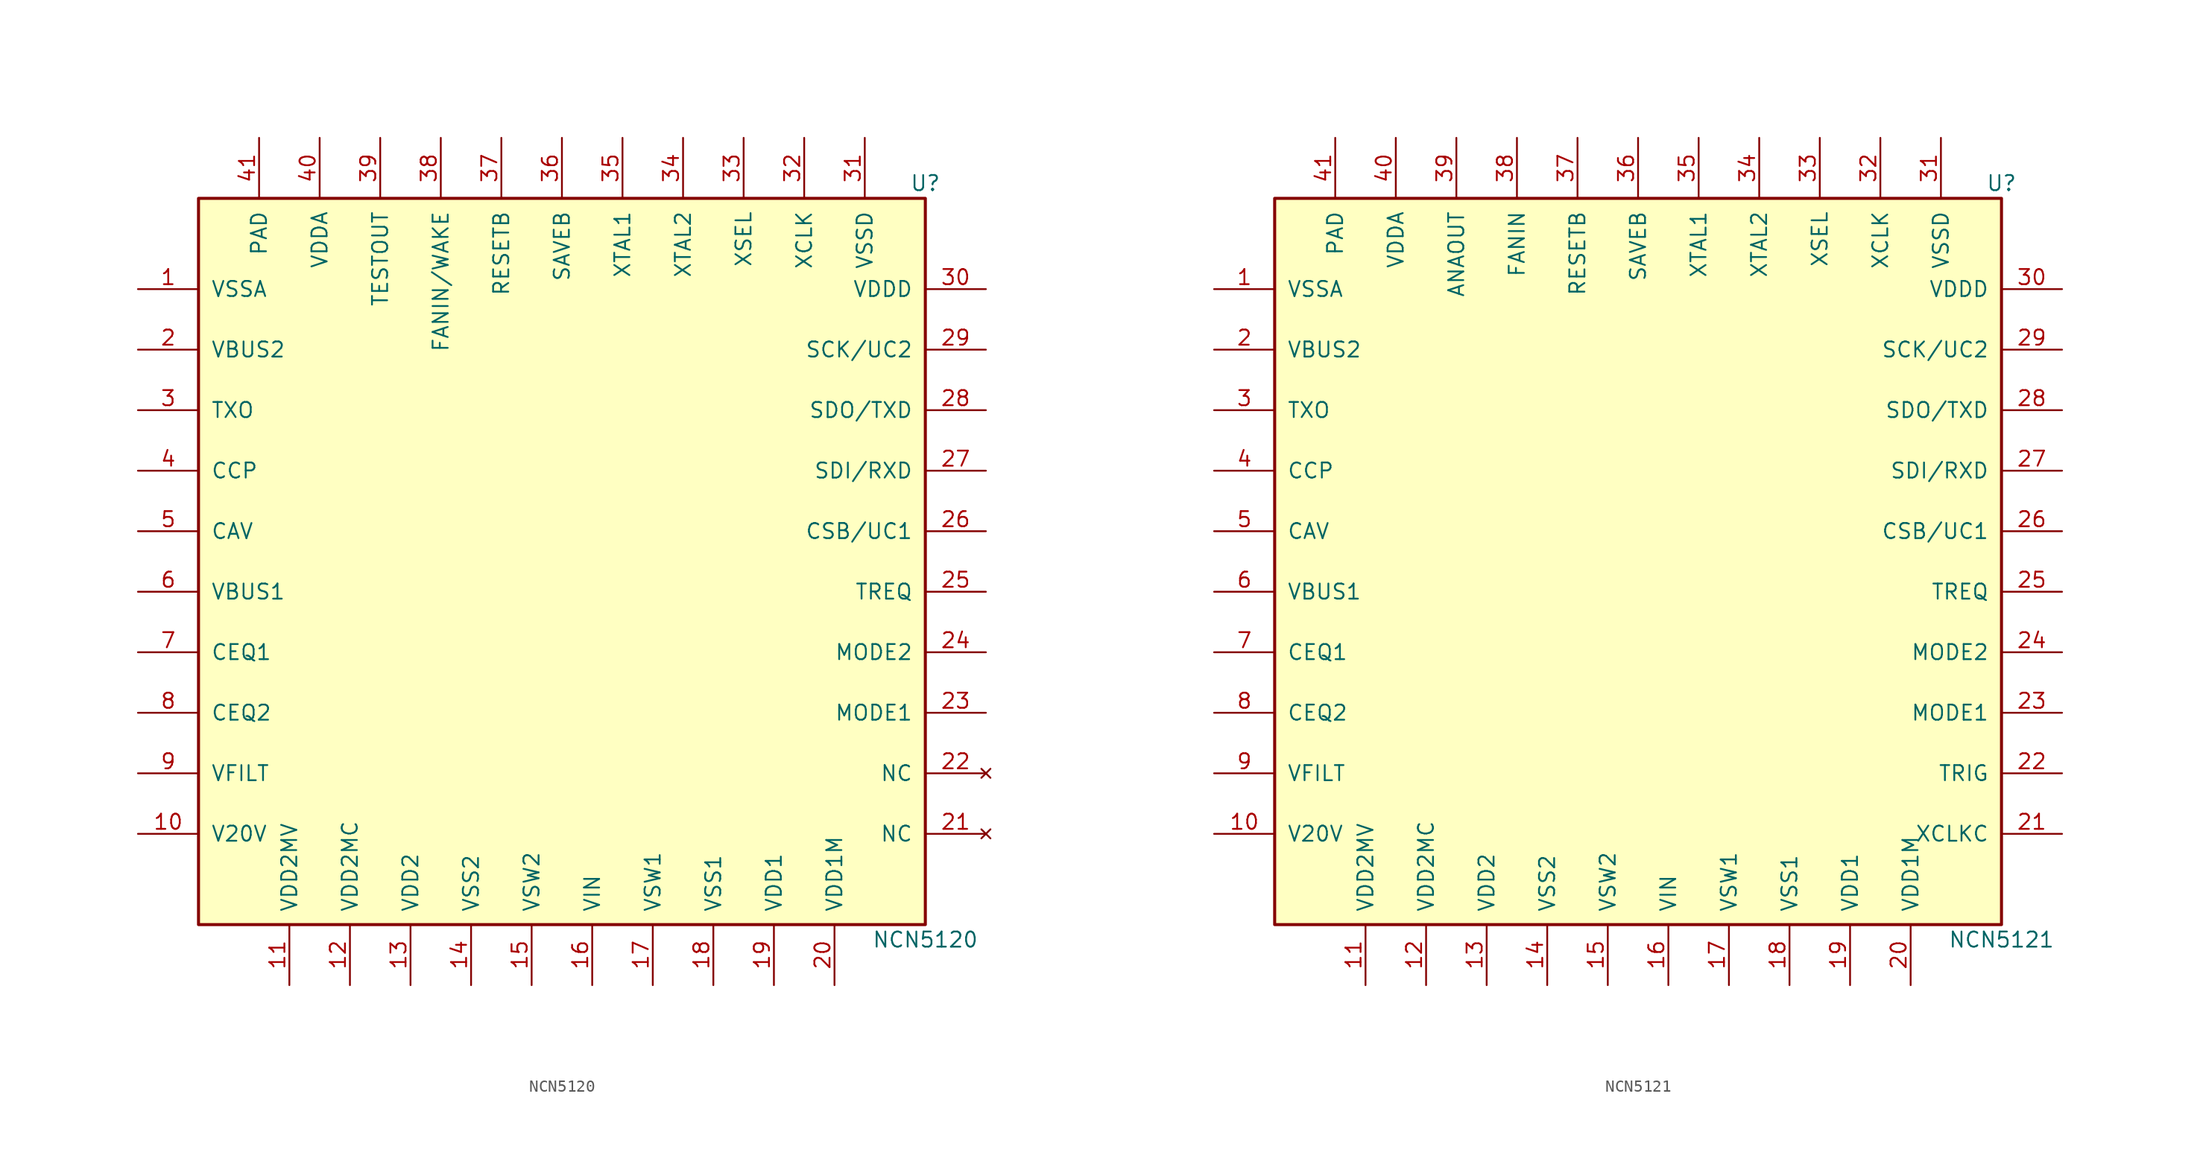
<source format=kicad_sym>
(kicad_symbol_lib
  (version 20211014)
  (generator kicad_symbol_editor)
  (symbol "NCN5120"
    (pin_names
      (offset 1.016))
    (property "Reference" "U"
      (at 30.48 31.75 0)
      (effects (font (size 1.27 1.27))))
    (property "Value" "NCN5120"
      (at 30.48 -31.75 0)
      (effects (font (size 1.27 1.27))))
    (symbol "NCN5120_0_1"
      (rectangle (start -30.48 30.48) (end 30.48 -30.48) (stroke (width 0.254) (type default) (color 0 0 0 0)) (fill (type background))))
    (symbol "NCN5120_1_1"
      (pin power_in line (at -35.56 22.86 0) (length 5.08) (name "VSSA" (effects (font (size 1.27 1.27)))) (number "1" (effects (font (size 1.27 1.27)))))
      (pin power_out line (at -35.56 -22.86 0) (length 5.08) (name "V20V" (effects (font (size 1.27 1.27)))) (number "10" (effects (font (size 1.27 1.27)))))
      (pin passive line (at -22.86 -35.56 90) (length 5.08) (name "VDD2MV" (effects (font (size 1.27 1.27)))) (number "11" (effects (font (size 1.27 1.27)))))
      (pin passive line (at -17.78 -35.56 90) (length 5.08) (name "VDD2MC" (effects (font (size 1.27 1.27)))) (number "12" (effects (font (size 1.27 1.27)))))
      (pin power_out line (at -12.7 -35.56 90) (length 5.08) (name "VDD2" (effects (font (size 1.27 1.27)))) (number "13" (effects (font (size 1.27 1.27)))))
      (pin power_in line (at -7.62 -35.56 90) (length 5.08) (name "VSS2" (effects (font (size 1.27 1.27)))) (number "14" (effects (font (size 1.27 1.27)))))
      (pin passive line (at -2.54 -35.56 90) (length 5.08) (name "VSW2" (effects (font (size 1.27 1.27)))) (number "15" (effects (font (size 1.27 1.27)))))
      (pin power_in line (at 2.54 -35.56 90) (length 5.08) (name "VIN" (effects (font (size 1.27 1.27)))) (number "16" (effects (font (size 1.27 1.27)))))
      (pin passive line (at 7.62 -35.56 90) (length 5.08) (name "VSW1" (effects (font (size 1.27 1.27)))) (number "17" (effects (font (size 1.27 1.27)))))
      (pin power_in line (at 12.7 -35.56 90) (length 5.08) (name "VSS1" (effects (font (size 1.27 1.27)))) (number "18" (effects (font (size 1.27 1.27)))))
      (pin power_out line (at 17.78 -35.56 90) (length 5.08) (name "VDD1" (effects (font (size 1.27 1.27)))) (number "19" (effects (font (size 1.27 1.27)))))
      (pin power_in line (at -35.56 17.78 0) (length 5.08) (name "VBUS2" (effects (font (size 1.27 1.27)))) (number "2" (effects (font (size 1.27 1.27)))))
      (pin passive line (at 22.86 -35.56 90) (length 5.08) (name "VDD1M" (effects (font (size 1.27 1.27)))) (number "20" (effects (font (size 1.27 1.27)))))
      (pin no_connect line (at 35.56 -22.86 180) (length 5.08) (name "NC" (effects (font (size 1.27 1.27)))) (number "21" (effects (font (size 1.27 1.27)))))
      (pin no_connect line (at 35.56 -17.78 180) (length 5.08) (name "NC" (effects (font (size 1.27 1.27)))) (number "22" (effects (font (size 1.27 1.27)))))
      (pin input line (at 35.56 -12.7 180) (length 5.08) (name "MODE1" (effects (font (size 1.27 1.27)))) (number "23" (effects (font (size 1.27 1.27)))))
      (pin input line (at 35.56 -7.62 180) (length 5.08) (name "MODE2" (effects (font (size 1.27 1.27)))) (number "24" (effects (font (size 1.27 1.27)))))
      (pin input line (at 35.56 -2.54 180) (length 5.08) (name "TREQ" (effects (font (size 1.27 1.27)))) (number "25" (effects (font (size 1.27 1.27)))))
      (pin bidirectional line (at 35.56 2.54 180) (length 5.08) (name "CSB/UC1" (effects (font (size 1.27 1.27)))) (number "26" (effects (font (size 1.27 1.27)))))
      (pin input line (at 35.56 7.62 180) (length 5.08) (name "SDI/RXD" (effects (font (size 1.27 1.27)))) (number "27" (effects (font (size 1.27 1.27)))))
      (pin output line (at 35.56 12.7 180) (length 5.08) (name "SDO/TXD" (effects (font (size 1.27 1.27)))) (number "28" (effects (font (size 1.27 1.27)))))
      (pin bidirectional line (at 35.56 17.78 180) (length 5.08) (name "SCK/UC2" (effects (font (size 1.27 1.27)))) (number "29" (effects (font (size 1.27 1.27)))))
      (pin input line (at -35.56 12.7 0) (length 5.08) (name "TXO" (effects (font (size 1.27 1.27)))) (number "3" (effects (font (size 1.27 1.27)))))
      (pin power_in line (at 35.56 22.86 180) (length 5.08) (name "VDDD" (effects (font (size 1.27 1.27)))) (number "30" (effects (font (size 1.27 1.27)))))
      (pin power_in line (at 25.4 35.56 270) (length 5.08) (name "VSSD" (effects (font (size 1.27 1.27)))) (number "31" (effects (font (size 1.27 1.27)))))
      (pin output line (at 20.32 35.56 270) (length 5.08) (name "XCLK" (effects (font (size 1.27 1.27)))) (number "32" (effects (font (size 1.27 1.27)))))
      (pin input line (at 15.24 35.56 270) (length 5.08) (name "XSEL" (effects (font (size 1.27 1.27)))) (number "33" (effects (font (size 1.27 1.27)))))
      (pin passive line (at 10.16 35.56 270) (length 5.08) (name "XTAL2" (effects (font (size 1.27 1.27)))) (number "34" (effects (font (size 1.27 1.27)))))
      (pin passive line (at 5.08 35.56 270) (length 5.08) (name "XTAL1" (effects (font (size 1.27 1.27)))) (number "35" (effects (font (size 1.27 1.27)))))
      (pin output line (at 0 35.56 270) (length 5.08) (name "SAVEB" (effects (font (size 1.27 1.27)))) (number "36" (effects (font (size 1.27 1.27)))))
      (pin output line (at -5.08 35.56 270) (length 5.08) (name "RESETB" (effects (font (size 1.27 1.27)))) (number "37" (effects (font (size 1.27 1.27)))))
      (pin input line (at -10.16 35.56 270) (length 5.08) (name "FANIN/WAKE" (effects (font (size 1.27 1.27)))) (number "38" (effects (font (size 1.27 1.27)))))
      (pin passive line (at -15.24 35.56 270) (length 5.08) (name "TESTOUT" (effects (font (size 1.27 1.27)))) (number "39" (effects (font (size 1.27 1.27)))))
      (pin passive line (at -35.56 7.62 0) (length 5.08) (name "CCP" (effects (font (size 1.27 1.27)))) (number "4" (effects (font (size 1.27 1.27)))))
      (pin power_in line (at -20.32 35.56 270) (length 5.08) (name "VDDA" (effects (font (size 1.27 1.27)))) (number "40" (effects (font (size 1.27 1.27)))))
      (pin power_in line (at -25.4 35.56 270) (length 5.08) (name "PAD" (effects (font (size 1.27 1.27)))) (number "41" (effects (font (size 1.27 1.27)))))
      (pin passive line (at -35.56 2.54 0) (length 5.08) (name "CAV" (effects (font (size 1.27 1.27)))) (number "5" (effects (font (size 1.27 1.27)))))
      (pin power_in line (at -35.56 -2.54 0) (length 5.08) (name "VBUS1" (effects (font (size 1.27 1.27)))) (number "6" (effects (font (size 1.27 1.27)))))
      (pin passive line (at -35.56 -7.62 0) (length 5.08) (name "CEQ1" (effects (font (size 1.27 1.27)))) (number "7" (effects (font (size 1.27 1.27)))))
      (pin passive line (at -35.56 -12.7 0) (length 5.08) (name "CEQ2" (effects (font (size 1.27 1.27)))) (number "8" (effects (font (size 1.27 1.27)))))
      (pin power_out line (at -35.56 -17.78 0) (length 5.08) (name "VFILT" (effects (font (size 1.27 1.27)))) (number "9" (effects (font (size 1.27 1.27)))))))
  (symbol "NCN5121"
    (pin_names
      (offset 1.016))
    (property "Reference" "U"
      (at 30.48 31.75 0)
      (effects (font (size 1.27 1.27))))
    (property "Value" "NCN5121"
      (at 30.48 -31.75 0)
      (effects (font (size 1.27 1.27))))
    (symbol "NCN5121_0_1"
      (rectangle (start -30.48 30.48) (end 30.48 -30.48) (stroke (width 0.254) (type default) (color 0 0 0 0)) (fill (type background))))
    (symbol "NCN5121_1_1"
      (pin power_in line (at -35.56 22.86 0) (length 5.08) (name "VSSA" (effects (font (size 1.27 1.27)))) (number "1" (effects (font (size 1.27 1.27)))))
      (pin power_out line (at -35.56 -22.86 0) (length 5.08) (name "V20V" (effects (font (size 1.27 1.27)))) (number "10" (effects (font (size 1.27 1.27)))))
      (pin passive line (at -22.86 -35.56 90) (length 5.08) (name "VDD2MV" (effects (font (size 1.27 1.27)))) (number "11" (effects (font (size 1.27 1.27)))))
      (pin passive line (at -17.78 -35.56 90) (length 5.08) (name "VDD2MC" (effects (font (size 1.27 1.27)))) (number "12" (effects (font (size 1.27 1.27)))))
      (pin power_out line (at -12.7 -35.56 90) (length 5.08) (name "VDD2" (effects (font (size 1.27 1.27)))) (number "13" (effects (font (size 1.27 1.27)))))
      (pin power_in line (at -7.62 -35.56 90) (length 5.08) (name "VSS2" (effects (font (size 1.27 1.27)))) (number "14" (effects (font (size 1.27 1.27)))))
      (pin passive line (at -2.54 -35.56 90) (length 5.08) (name "VSW2" (effects (font (size 1.27 1.27)))) (number "15" (effects (font (size 1.27 1.27)))))
      (pin power_in line (at 2.54 -35.56 90) (length 5.08) (name "VIN" (effects (font (size 1.27 1.27)))) (number "16" (effects (font (size 1.27 1.27)))))
      (pin passive line (at 7.62 -35.56 90) (length 5.08) (name "VSW1" (effects (font (size 1.27 1.27)))) (number "17" (effects (font (size 1.27 1.27)))))
      (pin power_in line (at 12.7 -35.56 90) (length 5.08) (name "VSS1" (effects (font (size 1.27 1.27)))) (number "18" (effects (font (size 1.27 1.27)))))
      (pin power_out line (at 17.78 -35.56 90) (length 5.08) (name "VDD1" (effects (font (size 1.27 1.27)))) (number "19" (effects (font (size 1.27 1.27)))))
      (pin power_in line (at -35.56 17.78 0) (length 5.08) (name "VBUS2" (effects (font (size 1.27 1.27)))) (number "2" (effects (font (size 1.27 1.27)))))
      (pin passive line (at 22.86 -35.56 90) (length 5.08) (name "VDD1M" (effects (font (size 1.27 1.27)))) (number "20" (effects (font (size 1.27 1.27)))))
      (pin input line (at 35.56 -22.86 180) (length 5.08) (name "XCLKC" (effects (font (size 1.27 1.27)))) (number "21" (effects (font (size 1.27 1.27)))))
      (pin output line (at 35.56 -17.78 180) (length 5.08) (name "TRIG" (effects (font (size 1.27 1.27)))) (number "22" (effects (font (size 1.27 1.27)))))
      (pin input line (at 35.56 -12.7 180) (length 5.08) (name "MODE1" (effects (font (size 1.27 1.27)))) (number "23" (effects (font (size 1.27 1.27)))))
      (pin input line (at 35.56 -7.62 180) (length 5.08) (name "MODE2" (effects (font (size 1.27 1.27)))) (number "24" (effects (font (size 1.27 1.27)))))
      (pin input line (at 35.56 -2.54 180) (length 5.08) (name "TREQ" (effects (font (size 1.27 1.27)))) (number "25" (effects (font (size 1.27 1.27)))))
      (pin bidirectional line (at 35.56 2.54 180) (length 5.08) (name "CSB/UC1" (effects (font (size 1.27 1.27)))) (number "26" (effects (font (size 1.27 1.27)))))
      (pin input line (at 35.56 7.62 180) (length 5.08) (name "SDI/RXD" (effects (font (size 1.27 1.27)))) (number "27" (effects (font (size 1.27 1.27)))))
      (pin output line (at 35.56 12.7 180) (length 5.08) (name "SDO/TXD" (effects (font (size 1.27 1.27)))) (number "28" (effects (font (size 1.27 1.27)))))
      (pin bidirectional line (at 35.56 17.78 180) (length 5.08) (name "SCK/UC2" (effects (font (size 1.27 1.27)))) (number "29" (effects (font (size 1.27 1.27)))))
      (pin input line (at -35.56 12.7 0) (length 5.08) (name "TXO" (effects (font (size 1.27 1.27)))) (number "3" (effects (font (size 1.27 1.27)))))
      (pin power_in line (at 35.56 22.86 180) (length 5.08) (name "VDDD" (effects (font (size 1.27 1.27)))) (number "30" (effects (font (size 1.27 1.27)))))
      (pin power_in line (at 25.4 35.56 270) (length 5.08) (name "VSSD" (effects (font (size 1.27 1.27)))) (number "31" (effects (font (size 1.27 1.27)))))
      (pin output line (at 20.32 35.56 270) (length 5.08) (name "XCLK" (effects (font (size 1.27 1.27)))) (number "32" (effects (font (size 1.27 1.27)))))
      (pin input line (at 15.24 35.56 270) (length 5.08) (name "XSEL" (effects (font (size 1.27 1.27)))) (number "33" (effects (font (size 1.27 1.27)))))
      (pin passive line (at 10.16 35.56 270) (length 5.08) (name "XTAL2" (effects (font (size 1.27 1.27)))) (number "34" (effects (font (size 1.27 1.27)))))
      (pin passive line (at 5.08 35.56 270) (length 5.08) (name "XTAL1" (effects (font (size 1.27 1.27)))) (number "35" (effects (font (size 1.27 1.27)))))
      (pin output line (at 0 35.56 270) (length 5.08) (name "SAVEB" (effects (font (size 1.27 1.27)))) (number "36" (effects (font (size 1.27 1.27)))))
      (pin output line (at -5.08 35.56 270) (length 5.08) (name "RESETB" (effects (font (size 1.27 1.27)))) (number "37" (effects (font (size 1.27 1.27)))))
      (pin input line (at -10.16 35.56 270) (length 5.08) (name "FANIN" (effects (font (size 1.27 1.27)))) (number "38" (effects (font (size 1.27 1.27)))))
      (pin passive line (at -15.24 35.56 270) (length 5.08) (name "ANAOUT" (effects (font (size 1.27 1.27)))) (number "39" (effects (font (size 1.27 1.27)))))
      (pin passive line (at -35.56 7.62 0) (length 5.08) (name "CCP" (effects (font (size 1.27 1.27)))) (number "4" (effects (font (size 1.27 1.27)))))
      (pin power_in line (at -20.32 35.56 270) (length 5.08) (name "VDDA" (effects (font (size 1.27 1.27)))) (number "40" (effects (font (size 1.27 1.27)))))
      (pin power_in line (at -25.4 35.56 270) (length 5.08) (name "PAD" (effects (font (size 1.27 1.27)))) (number "41" (effects (font (size 1.27 1.27)))))
      (pin passive line (at -35.56 2.54 0) (length 5.08) (name "CAV" (effects (font (size 1.27 1.27)))) (number "5" (effects (font (size 1.27 1.27)))))
      (pin power_in line (at -35.56 -2.54 0) (length 5.08) (name "VBUS1" (effects (font (size 1.27 1.27)))) (number "6" (effects (font (size 1.27 1.27)))))
      (pin passive line (at -35.56 -7.62 0) (length 5.08) (name "CEQ1" (effects (font (size 1.27 1.27)))) (number "7" (effects (font (size 1.27 1.27)))))
      (pin passive line (at -35.56 -12.7 0) (length 5.08) (name "CEQ2" (effects (font (size 1.27 1.27)))) (number "8" (effects (font (size 1.27 1.27)))))
      (pin power_out line (at -35.56 -17.78 0) (length 5.08) (name "VFILT" (effects (font (size 1.27 1.27)))) (number "9" (effects (font (size 1.27 1.27))))))))
</source>
